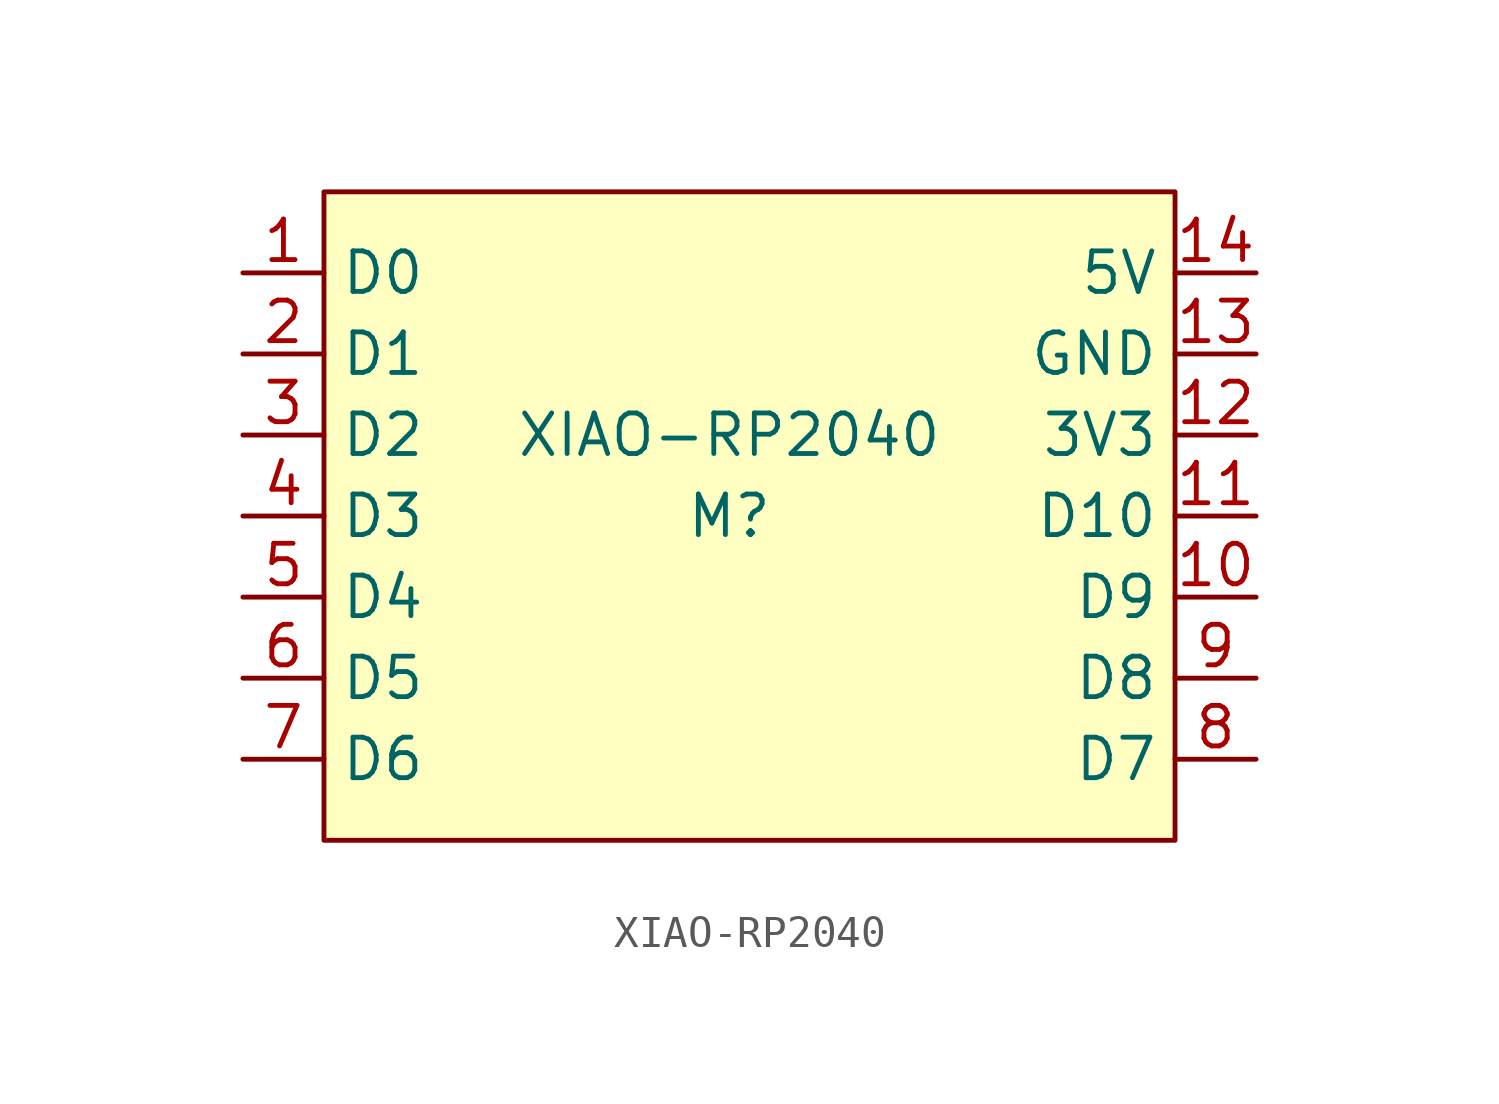
<source format=kicad_sym>
(kicad_symbol_lib
  (version 20231120)
  (generator "kicad_symbol_editor")
  (generator_version "8.0")
  (symbol "XIAO-RP2040"
    (property "Reference" "M"
      (at 0 0 0)
      (effects (font (size 1.27 1.27))))
    (property "Value" "XIAO-RP2040"
      (at 0 2.54 0)
      (effects (font (size 1.27 1.27))))
    (symbol "XIAO-RP2040_0_1"
      (rectangle (start -12.7 10.16) (end 13.97 -10.16) (stroke (width 0) (type default)) (fill (type background))))
    (symbol "XIAO-RP2040_1_1"
      (pin bidirectional line (at -15.24 7.62 0) (length 2.54) (name "D0" (effects (font (size 1.27 1.27)))) (number "1" (effects (font (size 1.27 1.27)))))
      (pin bidirectional line (at 16.51 -2.54 180) (length 2.54) (name "D9" (effects (font (size 1.27 1.27)))) (number "10" (effects (font (size 1.27 1.27)))))
      (pin bidirectional line (at 16.51 0 180) (length 2.54) (name "D10" (effects (font (size 1.27 1.27)))) (number "11" (effects (font (size 1.27 1.27)))))
      (pin power_in line (at 16.51 2.54 180) (length 2.54) (name "3V3" (effects (font (size 1.27 1.27)))) (number "12" (effects (font (size 1.27 1.27)))))
      (pin power_in line (at 16.51 5.08 180) (length 2.54) (name "GND" (effects (font (size 1.27 1.27)))) (number "13" (effects (font (size 1.27 1.27)))))
      (pin power_in line (at 16.51 7.62 180) (length 2.54) (name "5V" (effects (font (size 1.27 1.27)))) (number "14" (effects (font (size 1.27 1.27)))))
      (pin bidirectional line (at -15.24 5.08 0) (length 2.54) (name "D1" (effects (font (size 1.27 1.27)))) (number "2" (effects (font (size 1.27 1.27)))))
      (pin bidirectional line (at -15.24 2.54 0) (length 2.54) (name "D2" (effects (font (size 1.27 1.27)))) (number "3" (effects (font (size 1.27 1.27)))))
      (pin bidirectional line (at -15.24 0 0) (length 2.54) (name "D3" (effects (font (size 1.27 1.27)))) (number "4" (effects (font (size 1.27 1.27)))))
      (pin bidirectional line (at -15.24 -2.54 0) (length 2.54) (name "D4" (effects (font (size 1.27 1.27)))) (number "5" (effects (font (size 1.27 1.27)))))
      (pin bidirectional line (at -15.24 -5.08 0) (length 2.54) (name "D5" (effects (font (size 1.27 1.27)))) (number "6" (effects (font (size 1.27 1.27)))))
      (pin bidirectional line (at -15.24 -7.62 0) (length 2.54) (name "D6" (effects (font (size 1.27 1.27)))) (number "7" (effects (font (size 1.27 1.27)))))
      (pin bidirectional line (at 16.51 -7.62 180) (length 2.54) (name "D7" (effects (font (size 1.27 1.27)))) (number "8" (effects (font (size 1.27 1.27)))))
      (pin bidirectional line (at 16.51 -5.08 180) (length 2.54) (name "D8" (effects (font (size 1.27 1.27)))) (number "9" (effects (font (size 1.27 1.27))))))))
</source>
